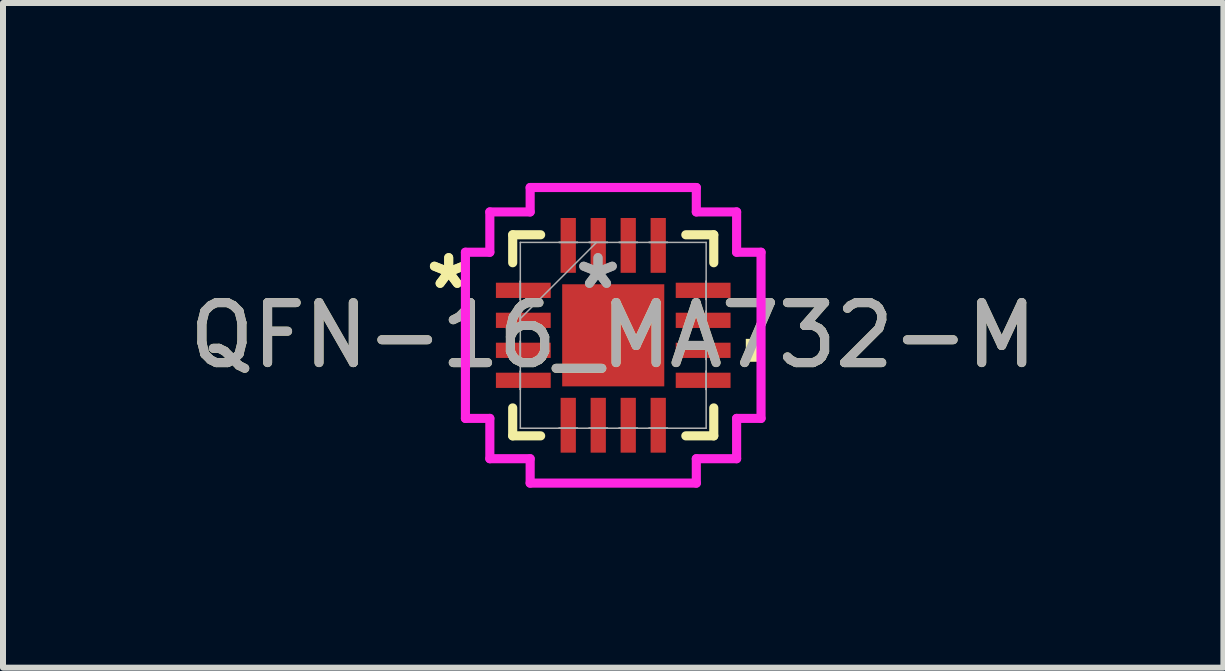
<source format=kicad_pcb>
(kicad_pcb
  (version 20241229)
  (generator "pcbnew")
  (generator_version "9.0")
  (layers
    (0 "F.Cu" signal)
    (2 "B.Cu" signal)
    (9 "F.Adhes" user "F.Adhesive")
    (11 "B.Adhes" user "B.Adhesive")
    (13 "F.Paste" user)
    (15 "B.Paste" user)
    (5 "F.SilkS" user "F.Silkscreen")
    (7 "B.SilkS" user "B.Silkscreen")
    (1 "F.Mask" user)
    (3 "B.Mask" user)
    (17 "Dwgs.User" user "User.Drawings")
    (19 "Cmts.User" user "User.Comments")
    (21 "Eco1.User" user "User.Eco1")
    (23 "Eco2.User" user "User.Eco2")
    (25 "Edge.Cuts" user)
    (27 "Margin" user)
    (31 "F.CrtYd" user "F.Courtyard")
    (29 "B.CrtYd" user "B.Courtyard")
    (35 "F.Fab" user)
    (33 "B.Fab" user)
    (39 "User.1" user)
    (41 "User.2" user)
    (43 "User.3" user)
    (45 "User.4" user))
  (footprint "QFN-16_MA732-M"
    (layer "F.Cu")
    (at 7.173 2.54)
    (property "Reference" "QFN-16_MA732-M" (at 0 0 0) (unlocked yes) (layer "F.SilkS") (effects (font (size 1 1) (thickness 0.15))))
    (attr smd)
    (fp_line (start -1.676 -1.676) (end -1.676 -1.21) (stroke (width 0.152) (type solid)) (layer "F.SilkS"))
    (fp_line (start -1.676 1.21) (end -1.676 1.676) (stroke (width 0.152) (type solid)) (layer "F.SilkS"))
    (fp_line (start -1.676 1.676) (end -1.21 1.676) (stroke (width 0.152) (type solid)) (layer "F.SilkS"))
    (fp_line (start -1.21 -1.676) (end -1.676 -1.676) (stroke (width 0.152) (type solid)) (layer "F.SilkS"))
    (fp_line (start 1.21 1.676) (end 1.676 1.676) (stroke (width 0.152) (type solid)) (layer "F.SilkS"))
    (fp_line (start 1.676 -1.676) (end 1.21 -1.676) (stroke (width 0.152) (type solid)) (layer "F.SilkS"))
    (fp_line (start 1.676 -1.21) (end 1.676 -1.676) (stroke (width 0.152) (type solid)) (layer "F.SilkS"))
    (fp_line (start 1.676 1.676) (end 1.676 1.21) (stroke (width 0.152) (type solid)) (layer "F.SilkS"))
    (fp_poly (pts (xy 2.464 0.059) (xy 2.464 0.441) (xy 2.21 0.441) (xy 2.21 0.059)) (stroke (width 0) (type solid)) (fill yes) (layer "F.SilkS"))
    (fp_line (start -2.464 -1.385) (end -2.057 -1.385) (stroke (width 0.152) (type solid)) (layer "F.CrtYd"))
    (fp_line (start -2.464 1.385) (end -2.464 -1.385) (stroke (width 0.152) (type solid)) (layer "F.CrtYd"))
    (fp_line (start -2.057 -2.057) (end -1.385 -2.057) (stroke (width 0.152) (type solid)) (layer "F.CrtYd"))
    (fp_line (start -2.057 -1.385) (end -2.057 -2.057) (stroke (width 0.152) (type solid)) (layer "F.CrtYd"))
    (fp_line (start -2.057 1.385) (end -2.464 1.385) (stroke (width 0.152) (type solid)) (layer "F.CrtYd"))
    (fp_line (start -2.057 2.057) (end -2.057 1.385) (stroke (width 0.152) (type solid)) (layer "F.CrtYd"))
    (fp_line (start -1.385 -2.464) (end 1.385 -2.464) (stroke (width 0.152) (type solid)) (layer "F.CrtYd"))
    (fp_line (start -1.385 -2.057) (end -1.385 -2.464) (stroke (width 0.152) (type solid)) (layer "F.CrtYd"))
    (fp_line (start -1.385 2.057) (end -2.057 2.057) (stroke (width 0.152) (type solid)) (layer "F.CrtYd"))
    (fp_line (start -1.385 2.464) (end -1.385 2.057) (stroke (width 0.152) (type solid)) (layer "F.CrtYd"))
    (fp_line (start 1.385 -2.464) (end 1.385 -2.057) (stroke (width 0.152) (type solid)) (layer "F.CrtYd"))
    (fp_line (start 1.385 -2.057) (end 2.057 -2.057) (stroke (width 0.152) (type solid)) (layer "F.CrtYd"))
    (fp_line (start 1.385 2.057) (end 1.385 2.464) (stroke (width 0.152) (type solid)) (layer "F.CrtYd"))
    (fp_line (start 1.385 2.464) (end -1.385 2.464) (stroke (width 0.152) (type solid)) (layer "F.CrtYd"))
    (fp_line (start 2.057 -2.057) (end 2.057 -1.385) (stroke (width 0.152) (type solid)) (layer "F.CrtYd"))
    (fp_line (start 2.057 -1.385) (end 2.464 -1.385) (stroke (width 0.152) (type solid)) (layer "F.CrtYd"))
    (fp_line (start 2.057 1.385) (end 2.057 2.057) (stroke (width 0.152) (type solid)) (layer "F.CrtYd"))
    (fp_line (start 2.057 2.057) (end 1.385 2.057) (stroke (width 0.152) (type solid)) (layer "F.CrtYd"))
    (fp_line (start 2.464 -1.385) (end 2.464 1.385) (stroke (width 0.152) (type solid)) (layer "F.CrtYd"))
    (fp_line (start 2.464 1.385) (end 2.057 1.385) (stroke (width 0.152) (type solid)) (layer "F.CrtYd"))
    (fp_line (start -1.549 -1.549) (end -1.549 1.549) (stroke (width 0.025) (type solid)) (layer "F.Fab"))
    (fp_line (start -1.549 -0.902) (end -1.549 -0.902) (stroke (width 0.025) (type solid)) (layer "F.Fab"))
    (fp_line (start -1.549 -0.902) (end -1.549 -0.598) (stroke (width 0.025) (type solid)) (layer "F.Fab"))
    (fp_line (start -1.549 -0.598) (end -1.549 -0.902) (stroke (width 0.025) (type solid)) (layer "F.Fab"))
    (fp_line (start -1.549 -0.598) (end -1.549 -0.598) (stroke (width 0.025) (type solid)) (layer "F.Fab"))
    (fp_line (start -1.549 -0.402) (end -1.549 -0.402) (stroke (width 0.025) (type solid)) (layer "F.Fab"))
    (fp_line (start -1.549 -0.402) (end -1.549 -0.098) (stroke (width 0.025) (type solid)) (layer "F.Fab"))
    (fp_line (start -1.549 -0.279) (end -0.279 -1.549) (stroke (width 0.025) (type solid)) (layer "F.Fab"))
    (fp_line (start -1.549 -0.098) (end -1.549 -0.402) (stroke (width 0.025) (type solid)) (layer "F.Fab"))
    (fp_line (start -1.549 -0.098) (end -1.549 -0.098) (stroke (width 0.025) (type solid)) (layer "F.Fab"))
    (fp_line (start -1.549 0.098) (end -1.549 0.098) (stroke (width 0.025) (type solid)) (layer "F.Fab"))
    (fp_line (start -1.549 0.098) (end -1.549 0.402) (stroke (width 0.025) (type solid)) (layer "F.Fab"))
    (fp_line (start -1.549 0.402) (end -1.549 0.098) (stroke (width 0.025) (type solid)) (layer "F.Fab"))
    (fp_line (start -1.549 0.402) (end -1.549 0.402) (stroke (width 0.025) (type solid)) (layer "F.Fab"))
    (fp_line (start -1.549 0.598) (end -1.549 0.598) (stroke (width 0.025) (type solid)) (layer "F.Fab"))
    (fp_line (start -1.549 0.598) (end -1.549 0.902) (stroke (width 0.025) (type solid)) (layer "F.Fab"))
    (fp_line (start -1.549 0.902) (end -1.549 0.598) (stroke (width 0.025) (type solid)) (layer "F.Fab"))
    (fp_line (start -1.549 0.902) (end -1.549 0.902) (stroke (width 0.025) (type solid)) (layer "F.Fab"))
    (fp_line (start -1.549 1.549) (end 1.549 1.549) (stroke (width 0.025) (type solid)) (layer "F.Fab"))
    (fp_line (start -0.902 -1.549) (end -0.902 -1.549) (stroke (width 0.025) (type solid)) (layer "F.Fab"))
    (fp_line (start -0.902 -1.549) (end -0.598 -1.549) (stroke (width 0.025) (type solid)) (layer "F.Fab"))
    (fp_line (start -0.902 1.549) (end -0.902 1.549) (stroke (width 0.025) (type solid)) (layer "F.Fab"))
    (fp_line (start -0.902 1.549) (end -0.598 1.549) (stroke (width 0.025) (type solid)) (layer "F.Fab"))
    (fp_line (start -0.598 -1.549) (end -0.902 -1.549) (stroke (width 0.025) (type solid)) (layer "F.Fab"))
    (fp_line (start -0.598 -1.549) (end -0.598 -1.549) (stroke (width 0.025) (type solid)) (layer "F.Fab"))
    (fp_line (start -0.598 1.549) (end -0.902 1.549) (stroke (width 0.025) (type solid)) (layer "F.Fab"))
    (fp_line (start -0.598 1.549) (end -0.598 1.549) (stroke (width 0.025) (type solid)) (layer "F.Fab"))
    (fp_line (start -0.402 -1.549) (end -0.402 -1.549) (stroke (width 0.025) (type solid)) (layer "F.Fab"))
    (fp_line (start -0.402 -1.549) (end -0.098 -1.549) (stroke (width 0.025) (type solid)) (layer "F.Fab"))
    (fp_line (start -0.402 1.549) (end -0.402 1.549) (stroke (width 0.025) (type solid)) (layer "F.Fab"))
    (fp_line (start -0.402 1.549) (end -0.098 1.549) (stroke (width 0.025) (type solid)) (layer "F.Fab"))
    (fp_line (start -0.098 -1.549) (end -0.402 -1.549) (stroke (width 0.025) (type solid)) (layer "F.Fab"))
    (fp_line (start -0.098 -1.549) (end -0.098 -1.549) (stroke (width 0.025) (type solid)) (layer "F.Fab"))
    (fp_line (start -0.098 1.549) (end -0.402 1.549) (stroke (width 0.025) (type solid)) (layer "F.Fab"))
    (fp_line (start -0.098 1.549) (end -0.098 1.549) (stroke (width 0.025) (type solid)) (layer "F.Fab"))
    (fp_line (start 0.098 -1.549) (end 0.098 -1.549) (stroke (width 0.025) (type solid)) (layer "F.Fab"))
    (fp_line (start 0.098 -1.549) (end 0.402 -1.549) (stroke (width 0.025) (type solid)) (layer "F.Fab"))
    (fp_line (start 0.098 1.549) (end 0.098 1.549) (stroke (width 0.025) (type solid)) (layer "F.Fab"))
    (fp_line (start 0.098 1.549) (end 0.402 1.549) (stroke (width 0.025) (type solid)) (layer "F.Fab"))
    (fp_line (start 0.402 -1.549) (end 0.098 -1.549) (stroke (width 0.025) (type solid)) (layer "F.Fab"))
    (fp_line (start 0.402 -1.549) (end 0.402 -1.549) (stroke (width 0.025) (type solid)) (layer "F.Fab"))
    (fp_line (start 0.402 1.549) (end 0.098 1.549) (stroke (width 0.025) (type solid)) (layer "F.Fab"))
    (fp_line (start 0.402 1.549) (end 0.402 1.549) (stroke (width 0.025) (type solid)) (layer "F.Fab"))
    (fp_line (start 0.598 -1.549) (end 0.598 -1.549) (stroke (width 0.025) (type solid)) (layer "F.Fab"))
    (fp_line (start 0.598 -1.549) (end 0.902 -1.549) (stroke (width 0.025) (type solid)) (layer "F.Fab"))
    (fp_line (start 0.598 1.549) (end 0.598 1.549) (stroke (width 0.025) (type solid)) (layer "F.Fab"))
    (fp_line (start 0.598 1.549) (end 0.902 1.549) (stroke (width 0.025) (type solid)) (layer "F.Fab"))
    (fp_line (start 0.902 -1.549) (end 0.598 -1.549) (stroke (width 0.025) (type solid)) (layer "F.Fab"))
    (fp_line (start 0.902 -1.549) (end 0.902 -1.549) (stroke (width 0.025) (type solid)) (layer "F.Fab"))
    (fp_line (start 0.902 1.549) (end 0.598 1.549) (stroke (width 0.025) (type solid)) (layer "F.Fab"))
    (fp_line (start 0.902 1.549) (end 0.902 1.549) (stroke (width 0.025) (type solid)) (layer "F.Fab"))
    (fp_line (start 1.549 -1.549) (end -1.549 -1.549) (stroke (width 0.025) (type solid)) (layer "F.Fab"))
    (fp_line (start 1.549 -0.902) (end 1.549 -0.902) (stroke (width 0.025) (type solid)) (layer "F.Fab"))
    (fp_line (start 1.549 -0.902) (end 1.549 -0.598) (stroke (width 0.025) (type solid)) (layer "F.Fab"))
    (fp_line (start 1.549 -0.598) (end 1.549 -0.902) (stroke (width 0.025) (type solid)) (layer "F.Fab"))
    (fp_line (start 1.549 -0.598) (end 1.549 -0.598) (stroke (width 0.025) (type solid)) (layer "F.Fab"))
    (fp_line (start 1.549 -0.402) (end 1.549 -0.402) (stroke (width 0.025) (type solid)) (layer "F.Fab"))
    (fp_line (start 1.549 -0.402) (end 1.549 -0.098) (stroke (width 0.025) (type solid)) (layer "F.Fab"))
    (fp_line (start 1.549 -0.098) (end 1.549 -0.402) (stroke (width 0.025) (type solid)) (layer "F.Fab"))
    (fp_line (start 1.549 -0.098) (end 1.549 -0.098) (stroke (width 0.025) (type solid)) (layer "F.Fab"))
    (fp_line (start 1.549 0.098) (end 1.549 0.098) (stroke (width 0.025) (type solid)) (layer "F.Fab"))
    (fp_line (start 1.549 0.098) (end 1.549 0.402) (stroke (width 0.025) (type solid)) (layer "F.Fab"))
    (fp_line (start 1.549 0.402) (end 1.549 0.098) (stroke (width 0.025) (type solid)) (layer "F.Fab"))
    (fp_line (start 1.549 0.402) (end 1.549 0.402) (stroke (width 0.025) (type solid)) (layer "F.Fab"))
    (fp_line (start 1.549 0.598) (end 1.549 0.598) (stroke (width 0.025) (type solid)) (layer "F.Fab"))
    (fp_line (start 1.549 0.598) (end 1.549 0.902) (stroke (width 0.025) (type solid)) (layer "F.Fab"))
    (fp_line (start 1.549 0.902) (end 1.549 0.598) (stroke (width 0.025) (type solid)) (layer "F.Fab"))
    (fp_line (start 1.549 0.902) (end 1.549 0.902) (stroke (width 0.025) (type solid)) (layer "F.Fab"))
    (fp_line (start 1.549 1.549) (end 1.549 -1.549) (stroke (width 0.025) (type solid)) (layer "F.Fab"))
    (fp_text user "*" (at -2.743 -0.75 0) (unlocked yes) (layer "F.SilkS") (effects (font (size 1 1) (thickness 0.15))))
    (fp_text user "*" (at -2.743 -0.75 0) (layer "F.SilkS") (effects (font (size 1 1) (thickness 0.15))))
    (fp_text user "*" (at -0.254 -0.75 0) (layer "F.Fab") (effects (font (size 1 1) (thickness 0.15))))
    (fp_text user "${REFERENCE}" (at 0 0 0) (unlocked yes) (layer "F.Fab") (effects (font (size 1 1) (thickness 0.15))))
    (fp_text user "*" (at -0.254 -0.75 0) (unlocked yes) (layer "F.Fab") (effects (font (size 1 1) (thickness 0.15))))
    (pad "1" smd rect (at -1.499 -0.75 90) (size 0.254 0.914) (layers "F.Cu" "F.Mask" "F.Paste"))
    (pad "2" smd rect (at -1.499 -0.25 90) (size 0.254 0.914) (layers "F.Cu" "F.Mask" "F.Paste"))
    (pad "3" smd rect (at -1.499 0.25 90) (size 0.254 0.914) (layers "F.Cu" "F.Mask" "F.Paste"))
    (pad "4" smd rect (at -1.499 0.75 90) (size 0.254 0.914) (layers "F.Cu" "F.Mask" "F.Paste"))
    (pad "5" smd rect (at -0.75 1.499) (size 0.254 0.914) (layers "F.Cu" "F.Mask" "F.Paste"))
    (pad "6" smd rect (at -0.25 1.499) (size 0.254 0.914) (layers "F.Cu" "F.Mask" "F.Paste"))
    (pad "7" smd rect (at 0.25 1.499) (size 0.254 0.914) (layers "F.Cu" "F.Mask" "F.Paste"))
    (pad "8" smd rect (at 0.75 1.499) (size 0.254 0.914) (layers "F.Cu" "F.Mask" "F.Paste"))
    (pad "9" smd rect (at 1.499 0.75 90) (size 0.254 0.914) (layers "F.Cu" "F.Mask" "F.Paste"))
    (pad "10" smd rect (at 1.499 0.25 90) (size 0.254 0.914) (layers "F.Cu" "F.Mask" "F.Paste"))
    (pad "11" smd rect (at 1.499 -0.25 90) (size 0.254 0.914) (layers "F.Cu" "F.Mask" "F.Paste"))
    (pad "12" smd rect (at 1.499 -0.75 90) (size 0.254 0.914) (layers "F.Cu" "F.Mask" "F.Paste"))
    (pad "13" smd rect (at 0.75 -1.499) (size 0.254 0.914) (layers "F.Cu" "F.Mask" "F.Paste"))
    (pad "14" smd rect (at 0.25 -1.499) (size 0.254 0.914) (layers "F.Cu" "F.Mask" "F.Paste"))
    (pad "15" smd rect (at -0.25 -1.499) (size 0.254 0.914) (layers "F.Cu" "F.Mask" "F.Paste"))
    (pad "16" smd rect (at -0.75 -1.499) (size 0.254 0.914) (layers "F.Cu" "F.Mask" "F.Paste"))
    (pad "17" smd rect (at 0 0) (size 1.702 1.702) (layers "F.Cu" "F.Mask" "F.Paste")))
  (gr_rect
    (start -3 -3)
    (end 17.345 8.08)
    (stroke (width 0.1) (type default))
    (fill no)
    (layer "Edge.Cuts")))
</source>
